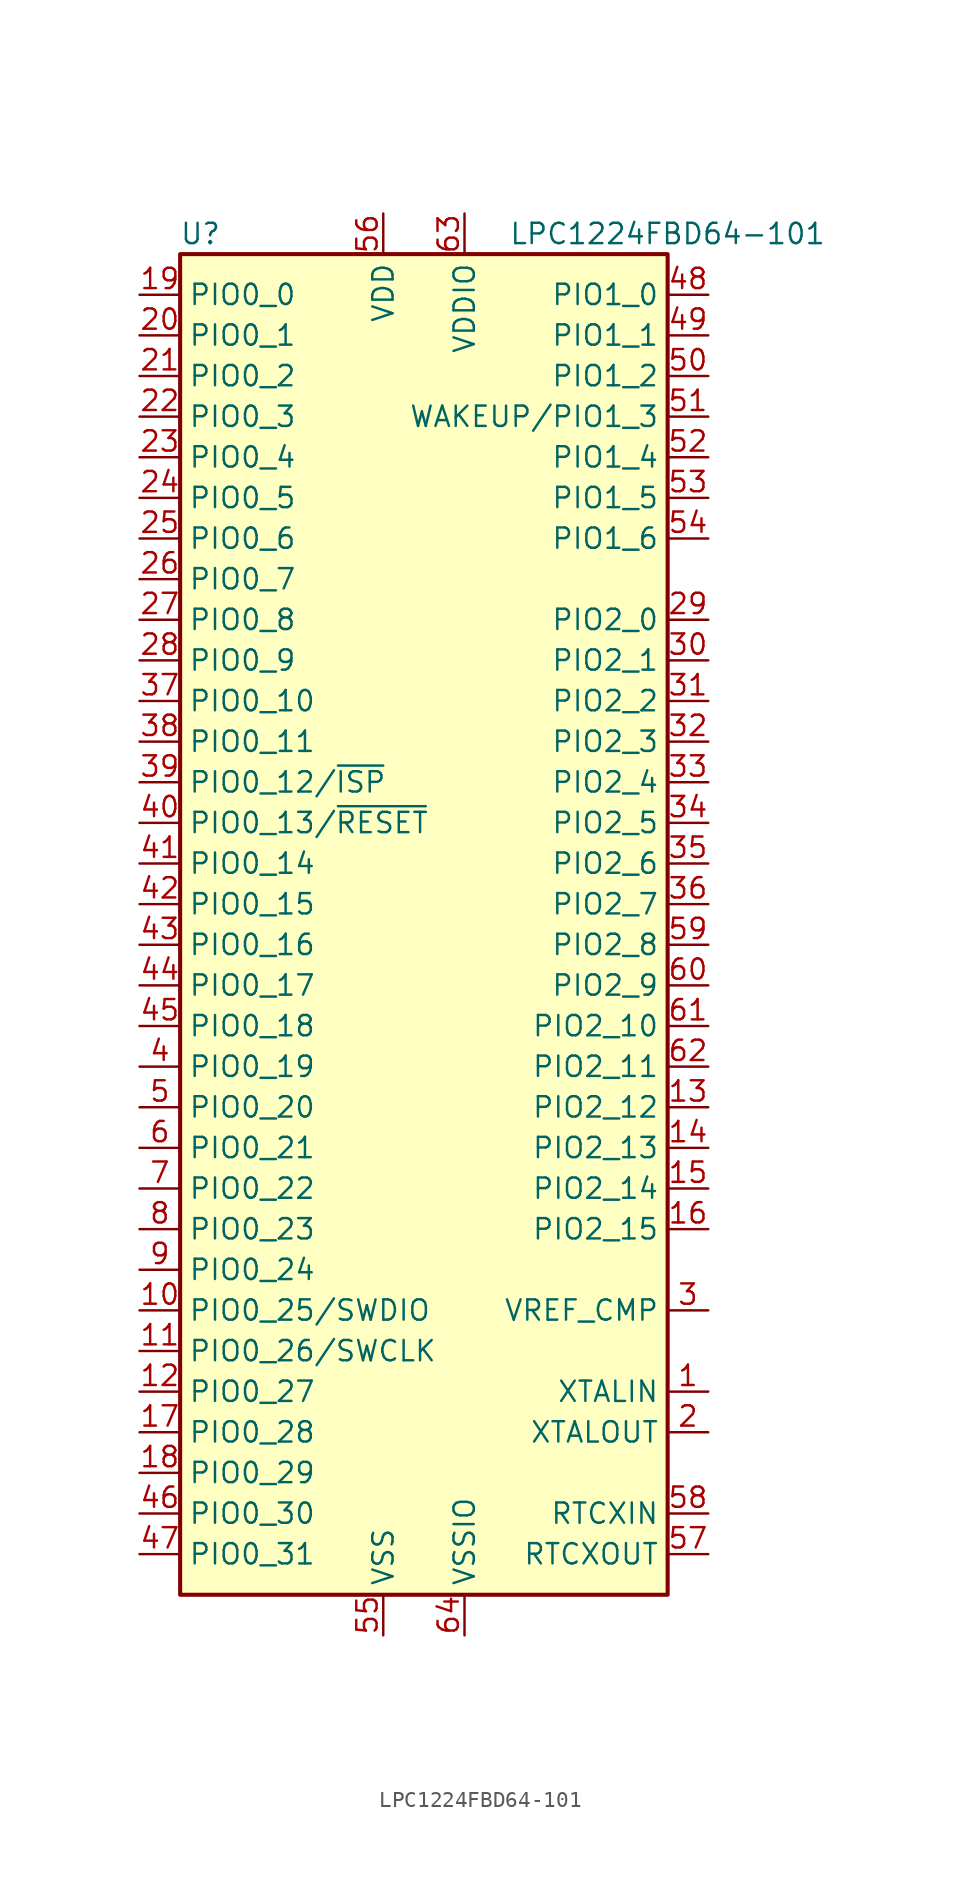
<source format=kicad_sym>
(kicad_symbol_lib
  (version 20220914)
  (generator kicad_symbol_editor)
  (symbol "LPC1224FBD64-101"
    (property "Reference" "U"
      (at -13.97 44.45 0)
      (effects (font (size 1.27 1.27))))
    (property "Value" "LPC1224FBD64-101"
      (at 15.24 44.45 0)
      (effects (font (size 1.27 1.27))))
    (symbol "LPC1224FBD64-101_0_1"
      (rectangle (start -15.24 43.18) (end 15.24 -40.64) (stroke (width 0.254) (type default)) (fill (type background))))
    (symbol "LPC1224FBD64-101_1_1"
      (pin input line (at 17.78 -27.94 180) (length 2.54) (name "XTALIN" (effects (font (size 1.27 1.27)))) (number "1" (effects (font (size 1.27 1.27)))))
      (pin bidirectional line (at -17.78 -22.86 0) (length 2.54) (name "PIO0_25/SWDIO" (effects (font (size 1.27 1.27)))) (number "10" (effects (font (size 1.27 1.27)))))
      (pin bidirectional line (at -17.78 -25.4 0) (length 2.54) (name "PIO0_26/SWCLK" (effects (font (size 1.27 1.27)))) (number "11" (effects (font (size 1.27 1.27)))))
      (pin bidirectional line (at -17.78 -27.94 0) (length 2.54) (name "PIO0_27" (effects (font (size 1.27 1.27)))) (number "12" (effects (font (size 1.27 1.27)))))
      (pin bidirectional line (at 17.78 -10.16 180) (length 2.54) (name "PIO2_12" (effects (font (size 1.27 1.27)))) (number "13" (effects (font (size 1.27 1.27)))))
      (pin bidirectional line (at 17.78 -12.7 180) (length 2.54) (name "PIO2_13" (effects (font (size 1.27 1.27)))) (number "14" (effects (font (size 1.27 1.27)))))
      (pin bidirectional line (at 17.78 -15.24 180) (length 2.54) (name "PIO2_14" (effects (font (size 1.27 1.27)))) (number "15" (effects (font (size 1.27 1.27)))))
      (pin bidirectional line (at 17.78 -17.78 180) (length 2.54) (name "PIO2_15" (effects (font (size 1.27 1.27)))) (number "16" (effects (font (size 1.27 1.27)))))
      (pin bidirectional line (at -17.78 -30.48 0) (length 2.54) (name "PIO0_28" (effects (font (size 1.27 1.27)))) (number "17" (effects (font (size 1.27 1.27)))))
      (pin bidirectional line (at -17.78 -33.02 0) (length 2.54) (name "PIO0_29" (effects (font (size 1.27 1.27)))) (number "18" (effects (font (size 1.27 1.27)))))
      (pin bidirectional line (at -17.78 40.64 0) (length 2.54) (name "PIO0_0" (effects (font (size 1.27 1.27)))) (number "19" (effects (font (size 1.27 1.27)))))
      (pin output line (at 17.78 -30.48 180) (length 2.54) (name "XTALOUT" (effects (font (size 1.27 1.27)))) (number "2" (effects (font (size 1.27 1.27)))))
      (pin bidirectional line (at -17.78 38.1 0) (length 2.54) (name "PIO0_1" (effects (font (size 1.27 1.27)))) (number "20" (effects (font (size 1.27 1.27)))))
      (pin bidirectional line (at -17.78 35.56 0) (length 2.54) (name "PIO0_2" (effects (font (size 1.27 1.27)))) (number "21" (effects (font (size 1.27 1.27)))))
      (pin bidirectional line (at -17.78 33.02 0) (length 2.54) (name "PIO0_3" (effects (font (size 1.27 1.27)))) (number "22" (effects (font (size 1.27 1.27)))))
      (pin bidirectional line (at -17.78 30.48 0) (length 2.54) (name "PIO0_4" (effects (font (size 1.27 1.27)))) (number "23" (effects (font (size 1.27 1.27)))))
      (pin bidirectional line (at -17.78 27.94 0) (length 2.54) (name "PIO0_5" (effects (font (size 1.27 1.27)))) (number "24" (effects (font (size 1.27 1.27)))))
      (pin bidirectional line (at -17.78 25.4 0) (length 2.54) (name "PIO0_6" (effects (font (size 1.27 1.27)))) (number "25" (effects (font (size 1.27 1.27)))))
      (pin bidirectional line (at -17.78 22.86 0) (length 2.54) (name "PIO0_7" (effects (font (size 1.27 1.27)))) (number "26" (effects (font (size 1.27 1.27)))))
      (pin bidirectional line (at -17.78 20.32 0) (length 2.54) (name "PIO0_8" (effects (font (size 1.27 1.27)))) (number "27" (effects (font (size 1.27 1.27)))))
      (pin bidirectional line (at -17.78 17.78 0) (length 2.54) (name "PIO0_9" (effects (font (size 1.27 1.27)))) (number "28" (effects (font (size 1.27 1.27)))))
      (pin bidirectional line (at 17.78 20.32 180) (length 2.54) (name "PIO2_0" (effects (font (size 1.27 1.27)))) (number "29" (effects (font (size 1.27 1.27)))))
      (pin input line (at 17.78 -22.86 180) (length 2.54) (name "VREF_CMP" (effects (font (size 1.27 1.27)))) (number "3" (effects (font (size 1.27 1.27)))))
      (pin bidirectional line (at 17.78 17.78 180) (length 2.54) (name "PIO2_1" (effects (font (size 1.27 1.27)))) (number "30" (effects (font (size 1.27 1.27)))))
      (pin bidirectional line (at 17.78 15.24 180) (length 2.54) (name "PIO2_2" (effects (font (size 1.27 1.27)))) (number "31" (effects (font (size 1.27 1.27)))))
      (pin bidirectional line (at 17.78 12.7 180) (length 2.54) (name "PIO2_3" (effects (font (size 1.27 1.27)))) (number "32" (effects (font (size 1.27 1.27)))))
      (pin bidirectional line (at 17.78 10.16 180) (length 2.54) (name "PIO2_4" (effects (font (size 1.27 1.27)))) (number "33" (effects (font (size 1.27 1.27)))))
      (pin bidirectional line (at 17.78 7.62 180) (length 2.54) (name "PIO2_5" (effects (font (size 1.27 1.27)))) (number "34" (effects (font (size 1.27 1.27)))))
      (pin bidirectional line (at 17.78 5.08 180) (length 2.54) (name "PIO2_6" (effects (font (size 1.27 1.27)))) (number "35" (effects (font (size 1.27 1.27)))))
      (pin bidirectional line (at 17.78 2.54 180) (length 2.54) (name "PIO2_7" (effects (font (size 1.27 1.27)))) (number "36" (effects (font (size 1.27 1.27)))))
      (pin bidirectional line (at -17.78 15.24 0) (length 2.54) (name "PIO0_10" (effects (font (size 1.27 1.27)))) (number "37" (effects (font (size 1.27 1.27)))))
      (pin bidirectional line (at -17.78 12.7 0) (length 2.54) (name "PIO0_11" (effects (font (size 1.27 1.27)))) (number "38" (effects (font (size 1.27 1.27)))))
      (pin bidirectional line (at -17.78 10.16 0) (length 2.54) (name "PIO0_12/~{ISP}" (effects (font (size 1.27 1.27)))) (number "39" (effects (font (size 1.27 1.27)))))
      (pin bidirectional line (at -17.78 -7.62 0) (length 2.54) (name "PIO0_19" (effects (font (size 1.27 1.27)))) (number "4" (effects (font (size 1.27 1.27)))))
      (pin bidirectional line (at -17.78 7.62 0) (length 2.54) (name "PIO0_13/~{RESET}" (effects (font (size 1.27 1.27)))) (number "40" (effects (font (size 1.27 1.27)))))
      (pin bidirectional line (at -17.78 5.08 0) (length 2.54) (name "PIO0_14" (effects (font (size 1.27 1.27)))) (number "41" (effects (font (size 1.27 1.27)))))
      (pin bidirectional line (at -17.78 2.54 0) (length 2.54) (name "PIO0_15" (effects (font (size 1.27 1.27)))) (number "42" (effects (font (size 1.27 1.27)))))
      (pin bidirectional line (at -17.78 0 0) (length 2.54) (name "PIO0_16" (effects (font (size 1.27 1.27)))) (number "43" (effects (font (size 1.27 1.27)))))
      (pin bidirectional line (at -17.78 -2.54 0) (length 2.54) (name "PIO0_17" (effects (font (size 1.27 1.27)))) (number "44" (effects (font (size 1.27 1.27)))))
      (pin bidirectional line (at -17.78 -5.08 0) (length 2.54) (name "PIO0_18" (effects (font (size 1.27 1.27)))) (number "45" (effects (font (size 1.27 1.27)))))
      (pin bidirectional line (at -17.78 -35.56 0) (length 2.54) (name "PIO0_30" (effects (font (size 1.27 1.27)))) (number "46" (effects (font (size 1.27 1.27)))))
      (pin bidirectional line (at -17.78 -38.1 0) (length 2.54) (name "PIO0_31" (effects (font (size 1.27 1.27)))) (number "47" (effects (font (size 1.27 1.27)))))
      (pin bidirectional line (at 17.78 40.64 180) (length 2.54) (name "PIO1_0" (effects (font (size 1.27 1.27)))) (number "48" (effects (font (size 1.27 1.27)))))
      (pin bidirectional line (at 17.78 38.1 180) (length 2.54) (name "PIO1_1" (effects (font (size 1.27 1.27)))) (number "49" (effects (font (size 1.27 1.27)))))
      (pin bidirectional line (at -17.78 -10.16 0) (length 2.54) (name "PIO0_20" (effects (font (size 1.27 1.27)))) (number "5" (effects (font (size 1.27 1.27)))))
      (pin bidirectional line (at 17.78 35.56 180) (length 2.54) (name "PIO1_2" (effects (font (size 1.27 1.27)))) (number "50" (effects (font (size 1.27 1.27)))))
      (pin bidirectional line (at 17.78 33.02 180) (length 2.54) (name "WAKEUP/PIO1_3" (effects (font (size 1.27 1.27)))) (number "51" (effects (font (size 1.27 1.27)))))
      (pin bidirectional line (at 17.78 30.48 180) (length 2.54) (name "PIO1_4" (effects (font (size 1.27 1.27)))) (number "52" (effects (font (size 1.27 1.27)))))
      (pin bidirectional line (at 17.78 27.94 180) (length 2.54) (name "PIO1_5" (effects (font (size 1.27 1.27)))) (number "53" (effects (font (size 1.27 1.27)))))
      (pin bidirectional line (at 17.78 25.4 180) (length 2.54) (name "PIO1_6" (effects (font (size 1.27 1.27)))) (number "54" (effects (font (size 1.27 1.27)))))
      (pin power_in line (at -2.54 -43.18 90) (length 2.54) (name "VSS" (effects (font (size 1.27 1.27)))) (number "55" (effects (font (size 1.27 1.27)))))
      (pin power_in line (at -2.54 45.72 270) (length 2.54) (name "VDD" (effects (font (size 1.27 1.27)))) (number "56" (effects (font (size 1.27 1.27)))))
      (pin output line (at 17.78 -38.1 180) (length 2.54) (name "RTCXOUT" (effects (font (size 1.27 1.27)))) (number "57" (effects (font (size 1.27 1.27)))))
      (pin input line (at 17.78 -35.56 180) (length 2.54) (name "RTCXIN" (effects (font (size 1.27 1.27)))) (number "58" (effects (font (size 1.27 1.27)))))
      (pin bidirectional line (at 17.78 0 180) (length 2.54) (name "PIO2_8" (effects (font (size 1.27 1.27)))) (number "59" (effects (font (size 1.27 1.27)))))
      (pin bidirectional line (at -17.78 -12.7 0) (length 2.54) (name "PIO0_21" (effects (font (size 1.27 1.27)))) (number "6" (effects (font (size 1.27 1.27)))))
      (pin bidirectional line (at 17.78 -2.54 180) (length 2.54) (name "PIO2_9" (effects (font (size 1.27 1.27)))) (number "60" (effects (font (size 1.27 1.27)))))
      (pin bidirectional line (at 17.78 -5.08 180) (length 2.54) (name "PIO2_10" (effects (font (size 1.27 1.27)))) (number "61" (effects (font (size 1.27 1.27)))))
      (pin bidirectional line (at 17.78 -7.62 180) (length 2.54) (name "PIO2_11" (effects (font (size 1.27 1.27)))) (number "62" (effects (font (size 1.27 1.27)))))
      (pin power_in line (at 2.54 45.72 270) (length 2.54) (name "VDDIO" (effects (font (size 1.27 1.27)))) (number "63" (effects (font (size 1.27 1.27)))))
      (pin power_in line (at 2.54 -43.18 90) (length 2.54) (name "VSSIO" (effects (font (size 1.27 1.27)))) (number "64" (effects (font (size 1.27 1.27)))))
      (pin bidirectional line (at -17.78 -15.24 0) (length 2.54) (name "PIO0_22" (effects (font (size 1.27 1.27)))) (number "7" (effects (font (size 1.27 1.27)))))
      (pin bidirectional line (at -17.78 -17.78 0) (length 2.54) (name "PIO0_23" (effects (font (size 1.27 1.27)))) (number "8" (effects (font (size 1.27 1.27)))))
      (pin bidirectional line (at -17.78 -20.32 0) (length 2.54) (name "PIO0_24" (effects (font (size 1.27 1.27)))) (number "9" (effects (font (size 1.27 1.27))))))))
</source>
